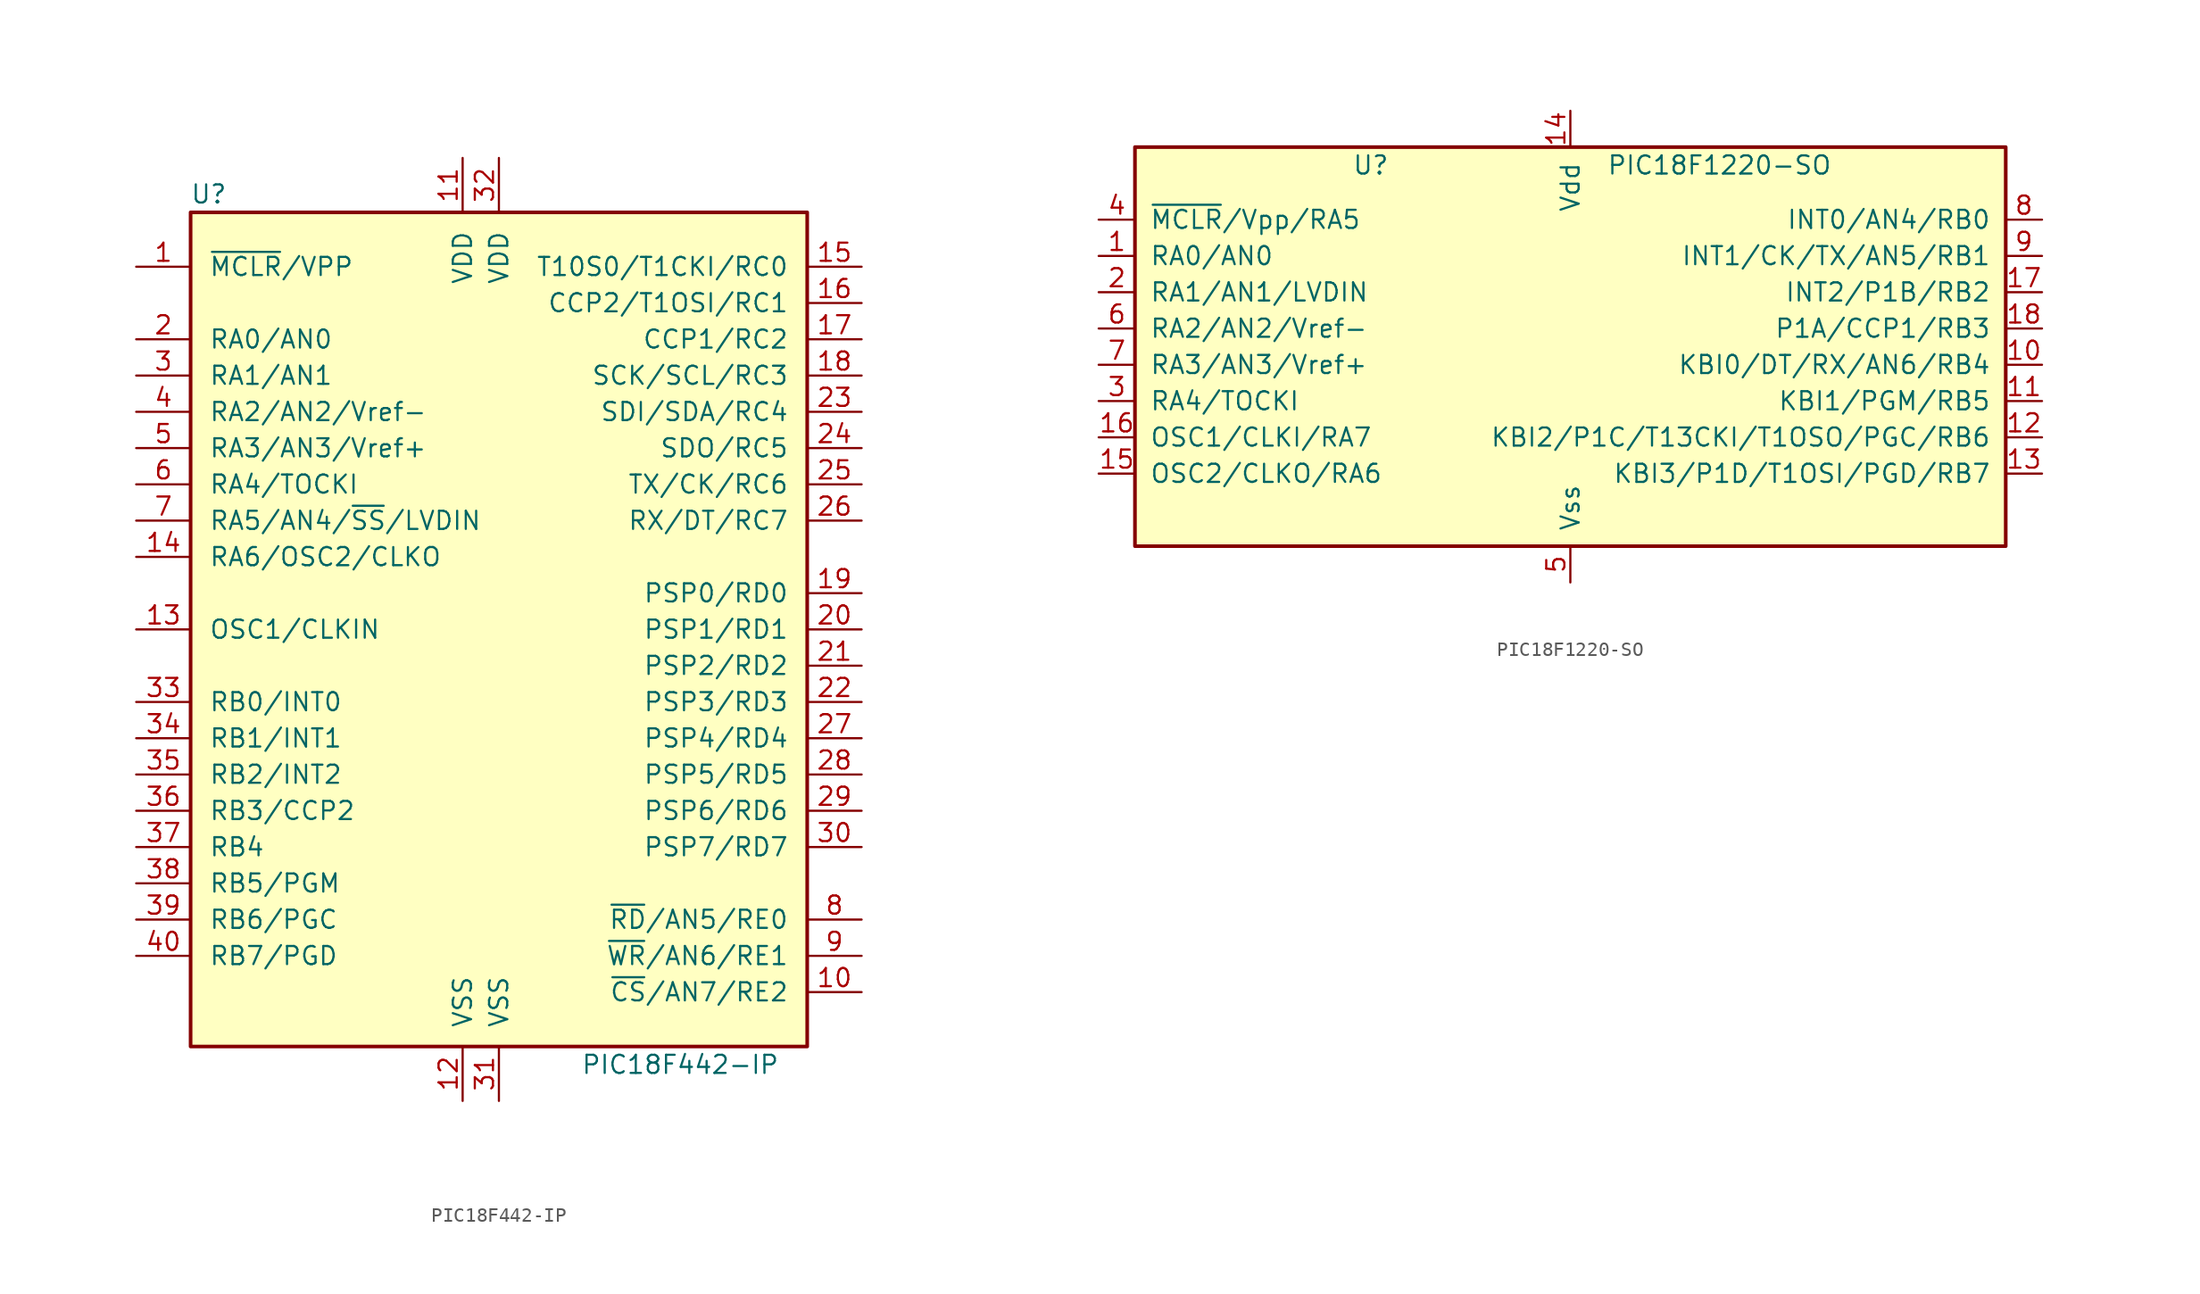
<source format=kicad_sym>
(kicad_symbol_lib
  (version 20231120)
  (generator "kicad_symbol_editor")
  (generator_version "8.0")
  (symbol "PIC18F442-IP"
    (pin_names
      (offset 1.27))
    (property "Reference" "U"
      (at -20.32 30.48 0)
      (effects (font (size 1.27 1.27))))
    (property "Value" "PIC18F442-IP"
      (at 12.7 -30.48 0)
      (effects (font (size 1.27 1.27))))
    (symbol "PIC18F442-IP_0_1"
      (rectangle (start -21.59 -29.21) (end 21.59 29.21) (stroke (width 0.254) (type default)) (fill (type background))))
    (symbol "PIC18F442-IP_1_1"
      (pin input line (at -25.4 25.4 0) (length 3.81) (name "~{MCLR}/VPP" (effects (font (size 1.27 1.27)))) (number "1" (effects (font (size 1.27 1.27)))))
      (pin bidirectional line (at 25.4 -25.4 180) (length 3.81) (name "~{CS}/AN7/RE2" (effects (font (size 1.27 1.27)))) (number "10" (effects (font (size 1.27 1.27)))))
      (pin power_in line (at -2.54 33.02 270) (length 3.81) (name "VDD" (effects (font (size 1.27 1.27)))) (number "11" (effects (font (size 1.27 1.27)))))
      (pin power_in line (at -2.54 -33.02 90) (length 3.81) (name "VSS" (effects (font (size 1.27 1.27)))) (number "12" (effects (font (size 1.27 1.27)))))
      (pin input line (at -25.4 0 0) (length 3.81) (name "OSC1/CLKIN" (effects (font (size 1.27 1.27)))) (number "13" (effects (font (size 1.27 1.27)))))
      (pin output line (at -25.4 5.08 0) (length 3.81) (name "RA6/OSC2/CLKO" (effects (font (size 1.27 1.27)))) (number "14" (effects (font (size 1.27 1.27)))))
      (pin bidirectional line (at 25.4 25.4 180) (length 3.81) (name "T10S0/T1CKI/RC0" (effects (font (size 1.27 1.27)))) (number "15" (effects (font (size 1.27 1.27)))))
      (pin bidirectional line (at 25.4 22.86 180) (length 3.81) (name "CCP2/T1OSI/RC1" (effects (font (size 1.27 1.27)))) (number "16" (effects (font (size 1.27 1.27)))))
      (pin bidirectional line (at 25.4 20.32 180) (length 3.81) (name "CCP1/RC2" (effects (font (size 1.27 1.27)))) (number "17" (effects (font (size 1.27 1.27)))))
      (pin bidirectional line (at 25.4 17.78 180) (length 3.81) (name "SCK/SCL/RC3" (effects (font (size 1.27 1.27)))) (number "18" (effects (font (size 1.27 1.27)))))
      (pin bidirectional line (at 25.4 2.54 180) (length 3.81) (name "PSP0/RD0" (effects (font (size 1.27 1.27)))) (number "19" (effects (font (size 1.27 1.27)))))
      (pin bidirectional line (at -25.4 20.32 0) (length 3.81) (name "RA0/AN0" (effects (font (size 1.27 1.27)))) (number "2" (effects (font (size 1.27 1.27)))))
      (pin bidirectional line (at 25.4 0 180) (length 3.81) (name "PSP1/RD1" (effects (font (size 1.27 1.27)))) (number "20" (effects (font (size 1.27 1.27)))))
      (pin bidirectional line (at 25.4 -2.54 180) (length 3.81) (name "PSP2/RD2" (effects (font (size 1.27 1.27)))) (number "21" (effects (font (size 1.27 1.27)))))
      (pin bidirectional line (at 25.4 -5.08 180) (length 3.81) (name "PSP3/RD3" (effects (font (size 1.27 1.27)))) (number "22" (effects (font (size 1.27 1.27)))))
      (pin bidirectional line (at 25.4 15.24 180) (length 3.81) (name "SDI/SDA/RC4" (effects (font (size 1.27 1.27)))) (number "23" (effects (font (size 1.27 1.27)))))
      (pin bidirectional line (at 25.4 12.7 180) (length 3.81) (name "SDO/RC5" (effects (font (size 1.27 1.27)))) (number "24" (effects (font (size 1.27 1.27)))))
      (pin bidirectional line (at 25.4 10.16 180) (length 3.81) (name "TX/CK/RC6" (effects (font (size 1.27 1.27)))) (number "25" (effects (font (size 1.27 1.27)))))
      (pin bidirectional line (at 25.4 7.62 180) (length 3.81) (name "RX/DT/RC7" (effects (font (size 1.27 1.27)))) (number "26" (effects (font (size 1.27 1.27)))))
      (pin bidirectional line (at 25.4 -7.62 180) (length 3.81) (name "PSP4/RD4" (effects (font (size 1.27 1.27)))) (number "27" (effects (font (size 1.27 1.27)))))
      (pin bidirectional line (at 25.4 -10.16 180) (length 3.81) (name "PSP5/RD5" (effects (font (size 1.27 1.27)))) (number "28" (effects (font (size 1.27 1.27)))))
      (pin bidirectional line (at 25.4 -12.7 180) (length 3.81) (name "PSP6/RD6" (effects (font (size 1.27 1.27)))) (number "29" (effects (font (size 1.27 1.27)))))
      (pin bidirectional line (at -25.4 17.78 0) (length 3.81) (name "RA1/AN1" (effects (font (size 1.27 1.27)))) (number "3" (effects (font (size 1.27 1.27)))))
      (pin bidirectional line (at 25.4 -15.24 180) (length 3.81) (name "PSP7/RD7" (effects (font (size 1.27 1.27)))) (number "30" (effects (font (size 1.27 1.27)))))
      (pin power_in line (at 0 -33.02 90) (length 3.81) (name "VSS" (effects (font (size 1.27 1.27)))) (number "31" (effects (font (size 1.27 1.27)))))
      (pin power_in line (at 0 33.02 270) (length 3.81) (name "VDD" (effects (font (size 1.27 1.27)))) (number "32" (effects (font (size 1.27 1.27)))))
      (pin bidirectional line (at -25.4 -5.08 0) (length 3.81) (name "RB0/INT0" (effects (font (size 1.27 1.27)))) (number "33" (effects (font (size 1.27 1.27)))))
      (pin bidirectional line (at -25.4 -7.62 0) (length 3.81) (name "RB1/INT1" (effects (font (size 1.27 1.27)))) (number "34" (effects (font (size 1.27 1.27)))))
      (pin bidirectional line (at -25.4 -10.16 0) (length 3.81) (name "RB2/INT2" (effects (font (size 1.27 1.27)))) (number "35" (effects (font (size 1.27 1.27)))))
      (pin bidirectional line (at -25.4 -12.7 0) (length 3.81) (name "RB3/CCP2" (effects (font (size 1.27 1.27)))) (number "36" (effects (font (size 1.27 1.27)))))
      (pin bidirectional line (at -25.4 -15.24 0) (length 3.81) (name "RB4" (effects (font (size 1.27 1.27)))) (number "37" (effects (font (size 1.27 1.27)))))
      (pin bidirectional line (at -25.4 -17.78 0) (length 3.81) (name "RB5/PGM" (effects (font (size 1.27 1.27)))) (number "38" (effects (font (size 1.27 1.27)))))
      (pin bidirectional line (at -25.4 -20.32 0) (length 3.81) (name "RB6/PGC" (effects (font (size 1.27 1.27)))) (number "39" (effects (font (size 1.27 1.27)))))
      (pin bidirectional line (at -25.4 15.24 0) (length 3.81) (name "RA2/AN2/Vref-" (effects (font (size 1.27 1.27)))) (number "4" (effects (font (size 1.27 1.27)))))
      (pin bidirectional line (at -25.4 -22.86 0) (length 3.81) (name "RB7/PGD" (effects (font (size 1.27 1.27)))) (number "40" (effects (font (size 1.27 1.27)))))
      (pin bidirectional line (at -25.4 12.7 0) (length 3.81) (name "RA3/AN3/Vref+" (effects (font (size 1.27 1.27)))) (number "5" (effects (font (size 1.27 1.27)))))
      (pin bidirectional line (at -25.4 10.16 0) (length 3.81) (name "RA4/TOCKI" (effects (font (size 1.27 1.27)))) (number "6" (effects (font (size 1.27 1.27)))))
      (pin bidirectional line (at -25.4 7.62 0) (length 3.81) (name "RA5/AN4/~{SS}/LVDIN" (effects (font (size 1.27 1.27)))) (number "7" (effects (font (size 1.27 1.27)))))
      (pin bidirectional line (at 25.4 -20.32 180) (length 3.81) (name "~{RD}/AN5/RE0" (effects (font (size 1.27 1.27)))) (number "8" (effects (font (size 1.27 1.27)))))
      (pin bidirectional line (at 25.4 -22.86 180) (length 3.81) (name "~{WR}/AN6/RE1" (effects (font (size 1.27 1.27)))) (number "9" (effects (font (size 1.27 1.27)))))))
  (symbol "PIC18F1220-SO"
    (pin_names
      (offset 1.016))
    (property "Reference" "U"
      (at -13.97 13.97 0)
      (effects (font (size 1.27 1.27))))
    (property "Value" "PIC18F1220-SO"
      (at 2.54 13.97 0)
      (effects (font (size 1.27 1.27)) (justify left)))
    (symbol "PIC18F1220-SO_0_1"
      (rectangle (start -30.48 15.24) (end 30.48 -12.7) (stroke (width 0.254) (type default)) (fill (type background))))
    (symbol "PIC18F1220-SO_1_1"
      (pin input line (at -33.02 7.62 0) (length 2.54) (name "RA0/AN0" (effects (font (size 1.27 1.27)))) (number "1" (effects (font (size 1.27 1.27)))))
      (pin input line (at 33.02 0 180) (length 2.54) (name "KBI0/DT/RX/AN6/RB4" (effects (font (size 1.27 1.27)))) (number "10" (effects (font (size 1.27 1.27)))))
      (pin input line (at 33.02 -2.54 180) (length 2.54) (name "KBI1/PGM/RB5" (effects (font (size 1.27 1.27)))) (number "11" (effects (font (size 1.27 1.27)))))
      (pin input line (at 33.02 -5.08 180) (length 2.54) (name "KBI2/P1C/T13CKI/T1OSO/PGC/RB6" (effects (font (size 1.27 1.27)))) (number "12" (effects (font (size 1.27 1.27)))))
      (pin input line (at 33.02 -7.62 180) (length 2.54) (name "KBI3/P1D/T1OSI/PGD/RB7" (effects (font (size 1.27 1.27)))) (number "13" (effects (font (size 1.27 1.27)))))
      (pin power_in line (at 0 17.78 270) (length 2.54) (name "Vdd" (effects (font (size 1.27 1.27)))) (number "14" (effects (font (size 1.27 1.27)))))
      (pin input line (at -33.02 -7.62 0) (length 2.54) (name "OSC2/CLKO/RA6" (effects (font (size 1.27 1.27)))) (number "15" (effects (font (size 1.27 1.27)))))
      (pin input line (at -33.02 -5.08 0) (length 2.54) (name "OSC1/CLKI/RA7" (effects (font (size 1.27 1.27)))) (number "16" (effects (font (size 1.27 1.27)))))
      (pin input line (at 33.02 5.08 180) (length 2.54) (name "INT2/P1B/RB2" (effects (font (size 1.27 1.27)))) (number "17" (effects (font (size 1.27 1.27)))))
      (pin input line (at 33.02 2.54 180) (length 2.54) (name "P1A/CCP1/RB3" (effects (font (size 1.27 1.27)))) (number "18" (effects (font (size 1.27 1.27)))))
      (pin input line (at -33.02 5.08 0) (length 2.54) (name "RA1/AN1/LVDIN" (effects (font (size 1.27 1.27)))) (number "2" (effects (font (size 1.27 1.27)))))
      (pin input line (at -33.02 -2.54 0) (length 2.54) (name "RA4/TOCKI" (effects (font (size 1.27 1.27)))) (number "3" (effects (font (size 1.27 1.27)))))
      (pin input line (at -33.02 10.16 0) (length 2.54) (name "~{MCLR}/Vpp/RA5" (effects (font (size 1.27 1.27)))) (number "4" (effects (font (size 1.27 1.27)))))
      (pin power_in line (at 0 -15.24 90) (length 2.54) (name "Vss" (effects (font (size 1.27 1.27)))) (number "5" (effects (font (size 1.27 1.27)))))
      (pin input line (at -33.02 2.54 0) (length 2.54) (name "RA2/AN2/Vref-" (effects (font (size 1.27 1.27)))) (number "6" (effects (font (size 1.27 1.27)))))
      (pin input line (at -33.02 0 0) (length 2.54) (name "RA3/AN3/Vref+" (effects (font (size 1.27 1.27)))) (number "7" (effects (font (size 1.27 1.27)))))
      (pin input line (at 33.02 10.16 180) (length 2.54) (name "INT0/AN4/RB0" (effects (font (size 1.27 1.27)))) (number "8" (effects (font (size 1.27 1.27)))))
      (pin input line (at 33.02 7.62 180) (length 2.54) (name "INT1/CK/TX/AN5/RB1" (effects (font (size 1.27 1.27)))) (number "9" (effects (font (size 1.27 1.27))))))))
</source>
